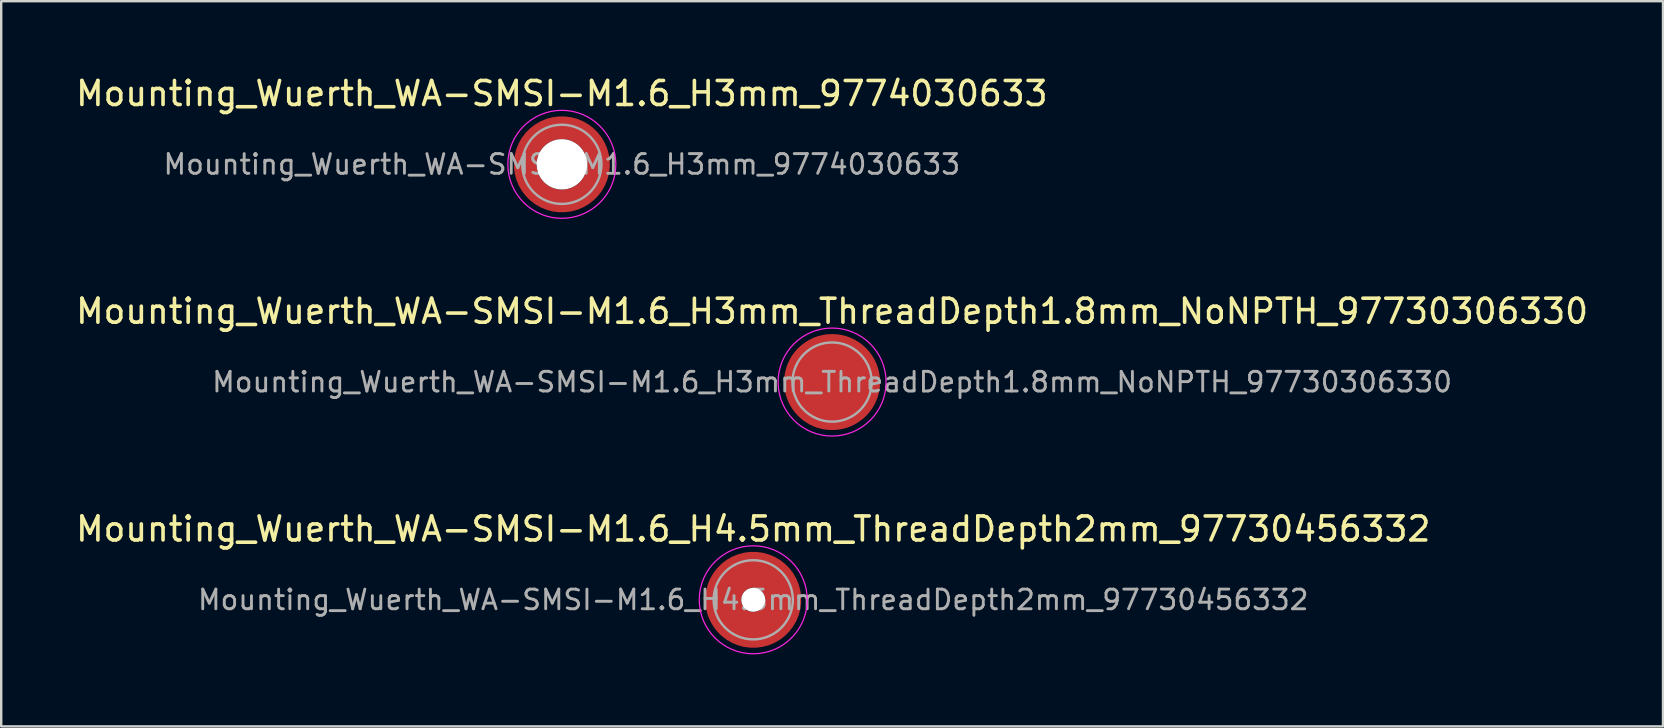
<source format=kicad_pcb>
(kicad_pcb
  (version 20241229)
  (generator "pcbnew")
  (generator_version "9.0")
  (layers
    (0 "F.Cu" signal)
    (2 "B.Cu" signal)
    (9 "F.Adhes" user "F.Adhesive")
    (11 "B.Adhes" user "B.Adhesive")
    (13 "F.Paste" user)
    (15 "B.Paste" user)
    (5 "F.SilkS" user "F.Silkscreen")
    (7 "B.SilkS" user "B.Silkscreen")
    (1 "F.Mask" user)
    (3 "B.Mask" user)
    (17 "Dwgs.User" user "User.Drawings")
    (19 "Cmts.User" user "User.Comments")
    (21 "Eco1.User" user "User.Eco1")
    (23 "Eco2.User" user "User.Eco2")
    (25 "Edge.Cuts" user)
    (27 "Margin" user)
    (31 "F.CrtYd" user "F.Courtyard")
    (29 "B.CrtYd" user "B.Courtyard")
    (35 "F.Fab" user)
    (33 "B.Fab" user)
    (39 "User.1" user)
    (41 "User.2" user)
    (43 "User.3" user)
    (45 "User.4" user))
  (footprint "Mounting_Wuerth_WA-SMSI-M1.6_H3mm_9774030633"
    (layer "F.Cu")
    (at 20.363 3.798)
    (property "Reference" "Mounting_Wuerth_WA-SMSI-M1.6_H3mm_9774030633" (at 0 -2.95 0) (layer "F.SilkS") (effects (font (size 1 1) (thickness 0.15))))
    (attr smd allow_soldermask_bridges)
    (fp_circle (center 0 0) (end 2.25 0) (stroke (width 0.05) (type solid)) (fill no) (layer "F.CrtYd"))
    (fp_circle (center 0 0) (end 1.65 0) (stroke (width 0.1) (type solid)) (fill no) (layer "F.Fab"))
    (fp_text user "${REFERENCE}" (at 0 0 0) (layer "F.Fab") (effects (font (size 0.82 0.82) (thickness 0.12))))
    (pad "" smd custom (at -1.061 -1.061) (size 0.4 0.4) (layers "F.Paste") (options (anchor circle)) (primitives (gr_arc (start -0.101235 0.76066) (mid 0.212132 0.212132) (end 0.76066 -0.101235) (width 0.2)) (gr_arc (start -0.204251 0.76066) (mid 0.141421 0.141421) (end 0.76066 -0.204251) (width 0.2)) (gr_arc (start -0.306819 0.76066) (mid 0.070711 0.070711) (end 0.76066 -0.306819) (width 0.2)) (gr_arc (start -0.409034 0.76066) (mid 0 0) (end 0.76066 -0.409034) (width 0.2)) (gr_arc (start -0.510963 0.76066) (mid -0.070711 -0.070711) (end 0.76066 -0.510963) (width 0.2)) (gr_arc (start -0.61266 0.76066) (mid -0.141421 -0.141421) (end 0.76066 -0.61266) (width 0.2)) (gr_arc (start -0.714164 0.76066) (mid -0.212132 -0.212132) (end 0.76066 -0.714164) (width 0.2)) (gr_line (start 0.761 -0.101) (end 0.761 -0.714) (width 0.2)) (gr_line (start -0.101 0.761) (end -0.714 0.761) (width 0.2))))
    (pad "" smd custom (at -1.061 1.061) (size 0.4 0.4) (layers "F.Paste") (options (anchor circle)) (primitives (gr_arc (start 0.76066 0.101235) (mid 0.212132 -0.212132) (end -0.101235 -0.76066) (width 0.2)) (gr_arc (start 0.76066 0.204251) (mid 0.141421 -0.141421) (end -0.204251 -0.76066) (width 0.2)) (gr_arc (start 0.76066 0.306819) (mid 0.070711 -0.070711) (end -0.306819 -0.76066) (width 0.2)) (gr_arc (start 0.76066 0.409034) (mid 0 0) (end -0.409034 -0.76066) (width 0.2)) (gr_arc (start 0.76066 0.510963) (mid -0.070711 0.070711) (end -0.510963 -0.76066) (width 0.2)) (gr_arc (start 0.76066 0.61266) (mid -0.141421 0.141421) (end -0.61266 -0.76066) (width 0.2)) (gr_arc (start 0.76066 0.714164) (mid -0.212132 0.212132) (end -0.714164 -0.76066) (width 0.2)) (gr_line (start -0.101 -0.761) (end -0.714 -0.761) (width 0.2)) (gr_line (start 0.761 0.101) (end 0.761 0.714) (width 0.2))))
    (pad "" np_thru_hole circle (at 0 0) (size 2.1 2.1) (drill 2.1) (layers "*.Cu" "*.Mask"))
    (pad "" smd custom (at 1.061 -1.061) (size 0.4 0.4) (layers "F.Paste") (options (anchor circle)) (primitives (gr_arc (start -0.76066 -0.101235) (mid -0.212132 0.212132) (end 0.101235 0.76066) (width 0.2)) (gr_arc (start -0.76066 -0.204251) (mid -0.141421 0.141421) (end 0.204251 0.76066) (width 0.2)) (gr_arc (start -0.76066 -0.306819) (mid -0.070711 0.070711) (end 0.306819 0.76066) (width 0.2)) (gr_arc (start -0.76066 -0.409034) (mid 0 0) (end 0.409034 0.76066) (width 0.2)) (gr_arc (start -0.76066 -0.510963) (mid 0.070711 -0.070711) (end 0.510963 0.76066) (width 0.2)) (gr_arc (start -0.76066 -0.61266) (mid 0.141421 -0.141421) (end 0.61266 0.76066) (width 0.2)) (gr_arc (start -0.76066 -0.714164) (mid 0.212132 -0.212132) (end 0.714164 0.76066) (width 0.2)) (gr_line (start 0.101 0.761) (end 0.714 0.761) (width 0.2)) (gr_line (start -0.761 -0.101) (end -0.761 -0.714) (width 0.2))))
    (pad "" smd custom (at 1.061 1.061) (size 0.4 0.4) (layers "F.Paste") (options (anchor circle)) (primitives (gr_arc (start 0.101235 -0.76066) (mid -0.212132 -0.212132) (end -0.76066 0.101235) (width 0.2)) (gr_arc (start 0.204251 -0.76066) (mid -0.141421 -0.141421) (end -0.76066 0.204251) (width 0.2)) (gr_arc (start 0.306819 -0.76066) (mid -0.070711 -0.070711) (end -0.76066 0.306819) (width 0.2)) (gr_arc (start 0.409034 -0.76066) (mid 0 0) (end -0.76066 0.409034) (width 0.2)) (gr_arc (start 0.510963 -0.76066) (mid 0.070711 0.070711) (end -0.76066 0.510963) (width 0.2)) (gr_arc (start 0.61266 -0.76066) (mid 0.141421 0.141421) (end -0.76066 0.61266) (width 0.2)) (gr_arc (start 0.714164 -0.76066) (mid 0.212132 0.212132) (end -0.76066 0.714164) (width 0.2)) (gr_line (start -0.761 0.101) (end -0.761 0.714) (width 0.2)) (gr_line (start 0.101 -0.761) (end 0.714 -0.761) (width 0.2))))
    (pad "1" smd circle (at -1.525 0) (size 0.442 0.442) (layers "F.Cu"))
    (pad "1" smd circle (at 0 -1.525) (size 0.442 0.442) (layers "F.Cu"))
    (pad "1" smd circle (at 0 1.525) (size 0.442 0.442) (layers "F.Cu"))
    (pad "1" smd custom (at 1.525 0) (size 0.95 0.95) (layers "F.Cu" "F.Mask") (options (anchor circle)) (primitives (gr_circle (center -1.525 0) (end 0 0) (width 0.95) (fill no)))))
  (footprint "Mounting_Wuerth_WA-SMSI-M1.6_H3mm_ThreadDepth1.8mm_NoNPTH_97730306330"
    (layer "F.Cu")
    (at 31.625 12.871)
    (property "Reference" "Mounting_Wuerth_WA-SMSI-M1.6_H3mm_ThreadDepth1.8mm_NoNPTH_97730306330" (at 0 -2.95 0) (layer "F.SilkS") (effects (font (size 1 1) (thickness 0.15))))
    (attr smd allow_soldermask_bridges)
    (fp_circle (center 0 0) (end 2.25 0) (stroke (width 0.05) (type solid)) (fill no) (layer "F.CrtYd"))
    (fp_circle (center 0 0) (end 1.65 0) (stroke (width 0.1) (type solid)) (fill no) (layer "F.Fab"))
    (fp_text user "${REFERENCE}" (at 0 0 0) (layer "F.Fab") (effects (font (size 0.82 0.82) (thickness 0.12))))
    (pad "" smd custom (at -0.778 -0.778) (size 0.8 0.8) (layers "F.Paste") (options (anchor circle)) (primitives (gr_arc (start 0.465568 0.527817) (mid 0.494975 0.494975) (end 0.527817 0.465568) (width 0.2)) (gr_arc (start 0.344805 0.527817) (mid 0.424264 0.424264) (end 0.527817 0.344805) (width 0.2)) (gr_arc (start 0.232382 0.527817) (mid 0.353553 0.353553) (end 0.527817 0.232382) (width 0.2)) (gr_arc (start 0.123983 0.527817) (mid 0.282843 0.282843) (end 0.527817 0.123983) (width 0.2)) (gr_arc (start 0.017883 0.527817) (mid 0.212132 0.212132) (end 0.527817 0.017883) (width 0.2)) (gr_arc (start -0.086763 0.527817) (mid 0.141421 0.141421) (end 0.527817 -0.086763) (width 0.2)) (gr_arc (start -0.190428 0.527817) (mid 0.070711 0.070711) (end 0.527817 -0.190428) (width 0.2)) (gr_arc (start -0.293397 0.527817) (mid 0 0) (end 0.527817 -0.293397) (width 0.2)) (gr_arc (start -0.395852 0.527817) (mid -0.070711 -0.070711) (end 0.527817 -0.395852) (width 0.2)) (gr_arc (start -0.497918 0.527817) (mid -0.141421 -0.141421) (end 0.527817 -0.497918) (width 0.2)) (gr_arc (start -0.59968 0.527817) (mid -0.212132 -0.212132) (end 0.527817 -0.59968) (width 0.2)) (gr_arc (start -0.701202 0.527817) (mid -0.282843 -0.282843) (end 0.527817 -0.701202) (width 0.2)) (gr_arc (start -0.802531 0.527817) (mid -0.353553 -0.353553) (end 0.527817 -0.802531) (width 0.2)) (gr_arc (start -0.9037 0.527817) (mid -0.424264 -0.424264) (end 0.527817 -0.9037) (width 0.2)) (gr_arc (start -1.004737 0.527817) (mid -0.494975 -0.494975) (end 0.527817 -1.004737) (width 0.2)) (gr_line (start 0.528 0.466) (end 0.528 -1.005) (width 0.2)) (gr_line (start 0.466 0.528) (end -1.005 0.528) (width 0.2))))
    (pad "" smd custom (at -0.778 0.778) (size 0.8 0.8) (layers "F.Paste") (options (anchor circle)) (primitives (gr_arc (start 0.527817 -0.465568) (mid 0.494975 -0.494975) (end 0.465568 -0.527817) (width 0.2)) (gr_arc (start 0.527817 -0.344805) (mid 0.424264 -0.424264) (end 0.344805 -0.527817) (width 0.2)) (gr_arc (start 0.527817 -0.232382) (mid 0.353553 -0.353553) (end 0.232382 -0.527817) (width 0.2)) (gr_arc (start 0.527817 -0.123983) (mid 0.282843 -0.282843) (end 0.123983 -0.527817) (width 0.2)) (gr_arc (start 0.527817 -0.017883) (mid 0.212132 -0.212132) (end 0.017883 -0.527817) (width 0.2)) (gr_arc (start 0.527817 0.086763) (mid 0.141421 -0.141421) (end -0.086763 -0.527817) (width 0.2)) (gr_arc (start 0.527817 0.190428) (mid 0.070711 -0.070711) (end -0.190428 -0.527817) (width 0.2)) (gr_arc (start 0.527817 0.293397) (mid 0 0) (end -0.293397 -0.527817) (width 0.2)) (gr_arc (start 0.527817 0.395852) (mid -0.070711 0.070711) (end -0.395852 -0.527817) (width 0.2)) (gr_arc (start 0.527817 0.497918) (mid -0.141421 0.141421) (end -0.497918 -0.527817) (width 0.2)) (gr_arc (start 0.527817 0.59968) (mid -0.212132 0.212132) (end -0.59968 -0.527817) (width 0.2)) (gr_arc (start 0.527817 0.701202) (mid -0.282843 0.282843) (end -0.701202 -0.527817) (width 0.2)) (gr_arc (start 0.527817 0.802531) (mid -0.353553 0.353553) (end -0.802531 -0.527817) (width 0.2)) (gr_arc (start 0.527817 0.9037) (mid -0.424264 0.424264) (end -0.9037 -0.527817) (width 0.2)) (gr_arc (start 0.527817 1.004737) (mid -0.494975 0.494975) (end -1.004737 -0.527817) (width 0.2)) (gr_line (start 0.466 -0.528) (end -1.005 -0.528) (width 0.2)) (gr_line (start 0.528 -0.466) (end 0.528 1.005) (width 0.2))))
    (pad "" smd custom (at 0.778 -0.778) (size 0.8 0.8) (layers "F.Paste") (options (anchor circle)) (primitives (gr_arc (start -0.527817 0.465568) (mid -0.494975 0.494975) (end -0.465568 0.527817) (width 0.2)) (gr_arc (start -0.527817 0.344805) (mid -0.424264 0.424264) (end -0.344805 0.527817) (width 0.2)) (gr_arc (start -0.527817 0.232382) (mid -0.353553 0.353553) (end -0.232382 0.527817) (width 0.2)) (gr_arc (start -0.527817 0.123983) (mid -0.282843 0.282843) (end -0.123983 0.527817) (width 0.2)) (gr_arc (start -0.527817 0.017883) (mid -0.212132 0.212132) (end -0.017883 0.527817) (width 0.2)) (gr_arc (start -0.527817 -0.086763) (mid -0.141421 0.141421) (end 0.086763 0.527817) (width 0.2)) (gr_arc (start -0.527817 -0.190428) (mid -0.070711 0.070711) (end 0.190428 0.527817) (width 0.2)) (gr_arc (start -0.527817 -0.293397) (mid 0 0) (end 0.293397 0.527817) (width 0.2)) (gr_arc (start -0.527817 -0.395852) (mid 0.070711 -0.070711) (end 0.395852 0.527817) (width 0.2)) (gr_arc (start -0.527817 -0.497918) (mid 0.141421 -0.141421) (end 0.497918 0.527817) (width 0.2)) (gr_arc (start -0.527817 -0.59968) (mid 0.212132 -0.212132) (end 0.59968 0.527817) (width 0.2)) (gr_arc (start -0.527817 -0.701202) (mid 0.282843 -0.282843) (end 0.701202 0.527817) (width 0.2)) (gr_arc (start -0.527817 -0.802531) (mid 0.353553 -0.353553) (end 0.802531 0.527817) (width 0.2)) (gr_arc (start -0.527817 -0.9037) (mid 0.424264 -0.424264) (end 0.9037 0.527817) (width 0.2)) (gr_arc (start -0.527817 -1.004737) (mid 0.494975 -0.494975) (end 1.004737 0.527817) (width 0.2)) (gr_line (start -0.466 0.528) (end 1.005 0.528) (width 0.2)) (gr_line (start -0.528 0.466) (end -0.528 -1.005) (width 0.2))))
    (pad "" smd custom (at 0.778 0.778) (size 0.8 0.8) (layers "F.Paste") (options (anchor circle)) (primitives (gr_arc (start -0.465568 -0.527817) (mid -0.494975 -0.494975) (end -0.527817 -0.465568) (width 0.2)) (gr_arc (start -0.344805 -0.527817) (mid -0.424264 -0.424264) (end -0.527817 -0.344805) (width 0.2)) (gr_arc (start -0.232382 -0.527817) (mid -0.353553 -0.353553) (end -0.527817 -0.232382) (width 0.2)) (gr_arc (start -0.123983 -0.527817) (mid -0.282843 -0.282843) (end -0.527817 -0.123983) (width 0.2)) (gr_arc (start -0.017883 -0.527817) (mid -0.212132 -0.212132) (end -0.527817 -0.017883) (width 0.2)) (gr_arc (start 0.086763 -0.527817) (mid -0.141421 -0.141421) (end -0.527817 0.086763) (width 0.2)) (gr_arc (start 0.190428 -0.527817) (mid -0.070711 -0.070711) (end -0.527817 0.190428) (width 0.2)) (gr_arc (start 0.293397 -0.527817) (mid 0 0) (end -0.527817 0.293397) (width 0.2)) (gr_arc (start 0.395852 -0.527817) (mid 0.070711 0.070711) (end -0.527817 0.395852) (width 0.2)) (gr_arc (start 0.497918 -0.527817) (mid 0.141421 0.141421) (end -0.527817 0.497918) (width 0.2)) (gr_arc (start 0.59968 -0.527817) (mid 0.212132 0.212132) (end -0.527817 0.59968) (width 0.2)) (gr_arc (start 0.701202 -0.527817) (mid 0.282843 0.282843) (end -0.527817 0.701202) (width 0.2)) (gr_arc (start 0.802531 -0.527817) (mid 0.353553 0.353553) (end -0.527817 0.802531) (width 0.2)) (gr_arc (start 0.9037 -0.527817) (mid 0.424264 0.424264) (end -0.527817 0.9037) (width 0.2)) (gr_arc (start 1.004737 -0.527817) (mid 0.494975 0.494975) (end -0.527817 1.004737) (width 0.2)) (gr_line (start -0.528 -0.466) (end -0.528 1.005) (width 0.2)) (gr_line (start -0.466 -0.528) (end 1.005 -0.528) (width 0.2))))
    (pad "1" smd circle (at 0 0) (size 4 4) (layers "F.Cu" "F.Mask")))
  (footprint "Mounting_Wuerth_WA-SMSI-M1.6_H4.5mm_ThreadDepth2mm_97730456332"
    (layer "F.Cu")
    (at 28.339 21.945)
    (property "Reference" "Mounting_Wuerth_WA-SMSI-M1.6_H4.5mm_ThreadDepth2mm_97730456332" (at 0 -2.95 0) (layer "F.SilkS") (effects (font (size 1 1) (thickness 0.15))))
    (attr smd allow_soldermask_bridges)
    (fp_circle (center 0 0) (end 2.25 0) (stroke (width 0.05) (type solid)) (fill no) (layer "F.CrtYd"))
    (fp_circle (center 0 0) (end 1.65 0) (stroke (width 0.1) (type solid)) (fill no) (layer "F.Fab"))
    (fp_text user "${REFERENCE}" (at 0 0 0) (layer "F.Fab") (effects (font (size 0.82 0.82) (thickness 0.12))))
    (pad "" smd custom (at 0 -1.25) (size 0.65 0.65) (layers "F.Paste") (options (anchor circle)) (primitives (gr_arc (start -0.259808 0.6) (mid 0.392514 0.670403) (end 0.7 1.25) (width 0.2)) (gr_arc (start -0.466369 0.6) (mid 0.365311 0.538278) (end 0.8 1.25) (width 0.2)) (gr_arc (start -0.622495 0.6) (mid 0.35338 0.422279) (end 0.9 1.25) (width 0.2)) (gr_arc (start -0.759934 0.6) (mid 0.346458 0.311934) (end 1 1.25) (width 0.2)) (gr_arc (start -0.887412 0.6) (mid 0.341941 0.204497) (end 1.1 1.25) (width 0.2)) (gr_arc (start -1.008712 0.6) (mid 0.338781 0.098815) (end 1.2 1.25) (width 0.2)) (gr_arc (start -1.125833 0.6) (mid 0.336465 -0.005704) (end 1.3 1.25) (width 0.2)) (gr_arc (start -1.23996 0.6) (mid 0.334706 -0.109401) (end 1.4 1.25) (width 0.2)) (gr_arc (start -1.351851 0.6) (mid 0.333335 -0.212494) (end 1.5 1.25) (width 0.2)) (gr_arc (start -1.462019 0.6) (mid 0.332242 -0.315125) (end 1.6 1.25) (width 0.2)) (gr_arc (start -1.570828 0.6) (mid 0.331355 -0.417394) (end 1.7 1.25) (width 0.2)) (gr_arc (start -1.678541 0.6) (mid 0.330625 -0.519375) (end 1.8 1.25) (width 0.2)) (gr_line (start 0.7 1.25) (end 1.8 1.25) (width 0.2)) (gr_line (start -0.26 0.6) (end -1.679 0.6) (width 0.2))))
    (pad "" np_thru_hole circle (at 0 0) (size 1 1) (drill 1) (layers "*.Cu" "*.Mask"))
    (pad "" smd custom (at 0 1.25) (size 0.65 0.65) (layers "F.Paste") (options (anchor circle)) (primitives (gr_arc (start 0.259808 -0.6) (mid -0.392514 -0.670403) (end -0.7 -1.25) (width 0.2)) (gr_arc (start 0.466369 -0.6) (mid -0.365311 -0.538278) (end -0.8 -1.25) (width 0.2)) (gr_arc (start 0.622495 -0.6) (mid -0.35338 -0.422279) (end -0.9 -1.25) (width 0.2)) (gr_arc (start 0.759934 -0.6) (mid -0.346458 -0.311934) (end -1 -1.25) (width 0.2)) (gr_arc (start 0.887412 -0.6) (mid -0.341941 -0.204497) (end -1.1 -1.25) (width 0.2)) (gr_arc (start 1.008712 -0.6) (mid -0.338781 -0.098815) (end -1.2 -1.25) (width 0.2)) (gr_arc (start 1.125833 -0.6) (mid -0.336465 0.005704) (end -1.3 -1.25) (width 0.2)) (gr_arc (start 1.23996 -0.6) (mid -0.334706 0.109401) (end -1.4 -1.25) (width 0.2)) (gr_arc (start 1.351851 -0.6) (mid -0.333335 0.212494) (end -1.5 -1.25) (width 0.2)) (gr_arc (start 1.462019 -0.6) (mid -0.332242 0.315125) (end -1.6 -1.25) (width 0.2)) (gr_arc (start 1.570828 -0.6) (mid -0.331355 0.417394) (end -1.7 -1.25) (width 0.2)) (gr_arc (start 1.678541 -0.6) (mid -0.330625 0.519375) (end -1.8 -1.25) (width 0.2)) (gr_line (start -0.7 -1.25) (end -1.8 -1.25) (width 0.2)) (gr_line (start 0.26 -0.6) (end 1.679 -0.6) (width 0.2))))
    (pad "1" smd circle (at -1.25 0) (size 0.992 0.992) (layers "F.Cu"))
    (pad "1" smd circle (at 0 -1.25) (size 0.992 0.992) (layers "F.Cu"))
    (pad "1" smd circle (at 0 1.25) (size 0.992 0.992) (layers "F.Cu"))
    (pad "1" smd custom (at 1.25 0) (size 1.5 1.5) (layers "F.Cu" "F.Mask") (options (anchor circle)) (primitives (gr_circle (center -1.25 0) (end 0 0) (width 1.5) (fill no)))))
  (gr_rect
    (start -3 -3)
    (end 66.25 27.22)
    (stroke (width 0.1) (type default))
    (fill no)
    (layer "Edge.Cuts")))
</source>
